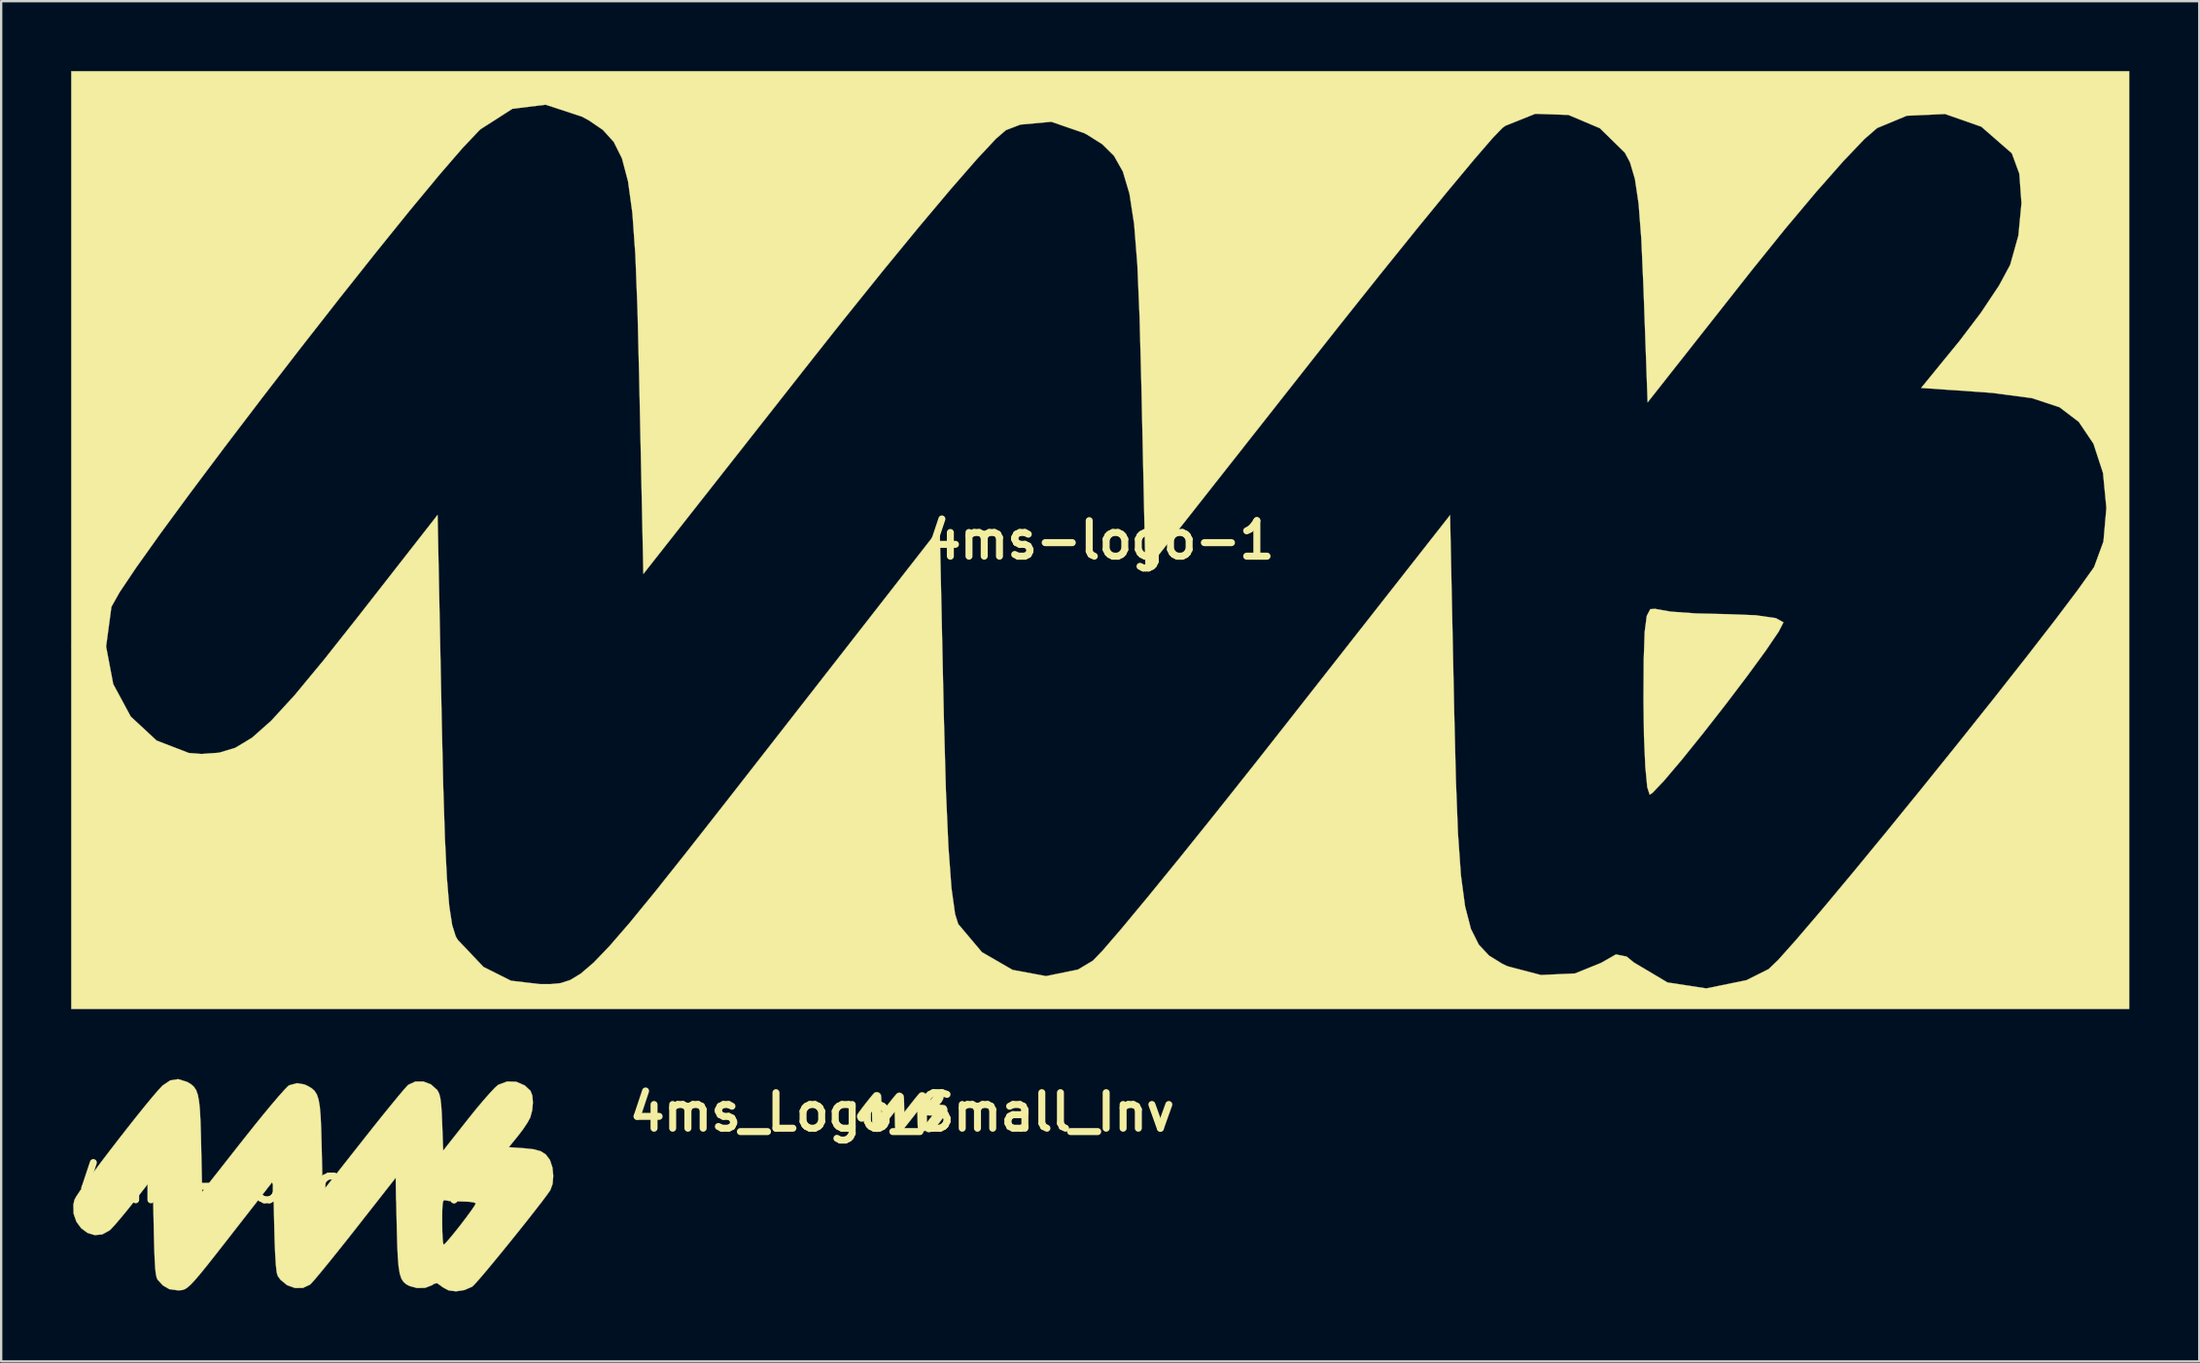
<source format=kicad_pcb>
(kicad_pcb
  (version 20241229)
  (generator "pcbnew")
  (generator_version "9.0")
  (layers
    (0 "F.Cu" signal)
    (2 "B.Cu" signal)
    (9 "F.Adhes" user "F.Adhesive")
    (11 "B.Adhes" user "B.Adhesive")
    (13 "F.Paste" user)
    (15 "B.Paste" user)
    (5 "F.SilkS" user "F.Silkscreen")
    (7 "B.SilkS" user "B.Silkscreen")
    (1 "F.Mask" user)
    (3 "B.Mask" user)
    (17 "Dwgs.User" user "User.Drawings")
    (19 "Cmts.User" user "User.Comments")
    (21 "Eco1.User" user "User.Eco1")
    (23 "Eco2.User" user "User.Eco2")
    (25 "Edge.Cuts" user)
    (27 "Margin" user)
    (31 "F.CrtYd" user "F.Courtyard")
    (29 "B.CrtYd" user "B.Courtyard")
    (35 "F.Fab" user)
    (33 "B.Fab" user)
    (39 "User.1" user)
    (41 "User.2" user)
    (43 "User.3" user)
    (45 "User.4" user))
  (footprint "4ms_Logo_Small_Inv"
    (layer "F.Cu")
    (at 35.612 44.645)
    (property "Reference" "4ms_Logo_Small_Inv" (at 0 0 0) (layer "F.SilkS") (effects (font (size 1.524 1.524) (thickness 0.3))))
    (attr through_hole)
    (fp_poly (pts (xy -0.998 -0.836) (xy -0.946 -0.794) (xy -0.921 -0.759) (xy -0.914 -0.742) (xy -0.907 -0.719) (xy -0.902 -0.687) (xy -0.898 -0.644) (xy -0.895 -0.584) (xy -0.893 -0.505) (xy -0.89 -0.403) (xy -0.889 -0.346) (xy -0.882 0.02) (xy -0.564 -0.384) (xy -0.49 -0.477) (xy -0.42 -0.565) (xy -0.357 -0.643) (xy -0.301 -0.709) (xy -0.257 -0.761) (xy -0.225 -0.795) (xy -0.209 -0.81) (xy -0.147 -0.832) (xy -0.082 -0.829) (xy -0.021 -0.804) (xy 0.031 -0.757) (xy 0.044 -0.738) (xy 0.055 -0.72) (xy 0.063 -0.701) (xy 0.069 -0.678) (xy 0.074 -0.647) (xy 0.077 -0.603) (xy 0.08 -0.544) (xy 0.082 -0.464) (xy 0.084 -0.361) (xy 0.085 -0.34) (xy 0.092 0.004) (xy 0.414 -0.406) (xy 0.51 -0.527) (xy 0.589 -0.626) (xy 0.654 -0.704) (xy 0.705 -0.763) (xy 0.743 -0.804) (xy 0.769 -0.828) (xy 0.78 -0.834) (xy 0.852 -0.851) (xy 0.919 -0.841) (xy 0.977 -0.804) (xy 1.023 -0.746) (xy 1.035 -0.721) (xy 1.044 -0.691) (xy 1.05 -0.649) (xy 1.053 -0.591) (xy 1.056 -0.512) (xy 1.061 -0.325) (xy 1.254 -0.568) (xy 1.316 -0.644) (xy 1.372 -0.711) (xy 1.42 -0.766) (xy 1.458 -0.805) (xy 1.483 -0.827) (xy 1.486 -0.829) (xy 1.524 -0.84) (xy 1.574 -0.846) (xy 1.597 -0.847) (xy 1.642 -0.844) (xy 1.673 -0.834) (xy 1.705 -0.81) (xy 1.723 -0.792) (xy 1.756 -0.756) (xy 1.772 -0.726) (xy 1.777 -0.689) (xy 1.778 -0.668) (xy 1.768 -0.593) (xy 1.737 -0.516) (xy 1.684 -0.433) (xy 1.657 -0.398) (xy 1.591 -0.318) (xy 1.702 -0.31) (xy 1.774 -0.303) (xy 1.825 -0.291) (xy 1.862 -0.271) (xy 1.891 -0.241) (xy 1.903 -0.222) (xy 1.935 -0.146) (xy 1.942 -0.067) (xy 1.93 -0.007) (xy 1.918 0.015) (xy 1.89 0.056) (xy 1.85 0.112) (xy 1.8 0.181) (xy 1.743 0.258) (xy 1.681 0.34) (xy 1.616 0.425) (xy 1.552 0.508) (xy 1.491 0.586) (xy 1.434 0.657) (xy 1.386 0.716) (xy 1.348 0.76) (xy 1.342 0.767) (xy 1.278 0.82) (xy 1.208 0.851) (xy 1.136 0.859) (xy 1.068 0.842) (xy 1.04 0.827) (xy 0.99 0.792) (xy 0.936 0.819) (xy 0.896 0.837) (xy 0.863 0.846) (xy 0.856 0.847) (xy 0.809 0.836) (xy 0.758 0.809) (xy 0.714 0.771) (xy 0.702 0.757) (xy 0.692 0.742) (xy 0.685 0.726) (xy 0.679 0.705) (xy 0.675 0.675) (xy 0.671 0.633) (xy 0.669 0.576) (xy 0.666 0.499) (xy 0.664 0.399) (xy 0.663 0.341) (xy 0.659 0.134) (xy 1.058 0.134) (xy 1.059 0.289) (xy 1.059 0.445) (xy 1.094 0.402) (xy 1.119 0.372) (xy 1.154 0.327) (xy 1.195 0.276) (xy 1.213 0.252) (xy 1.298 0.143) (xy 1.178 0.139) (xy 1.058 0.134) (xy 0.659 0.134) (xy 0.656 -0.03) (xy 0.333 0.381) (xy 0.258 0.476) (xy 0.188 0.564) (xy 0.124 0.643) (xy 0.068 0.71) (xy 0.024 0.763) (xy -0.008 0.799) (xy -0.025 0.815) (xy -0.025 0.815) (xy -0.071 0.832) (xy -0.129 0.836) (xy -0.185 0.828) (xy -0.217 0.814) (xy -0.242 0.796) (xy -0.262 0.779) (xy -0.276 0.757) (xy -0.288 0.728) (xy -0.296 0.688) (xy -0.301 0.634) (xy -0.305 0.562) (xy -0.308 0.468) (xy -0.31 0.35) (xy -0.31 0.35) (xy -0.318 -0.014) (xy -0.635 0.389) (xy -0.709 0.483) (xy -0.778 0.571) (xy -0.842 0.649) (xy -0.896 0.716) (xy -0.94 0.769) (xy -0.971 0.804) (xy -0.986 0.82) (xy -1.03 0.84) (xy -1.087 0.846) (xy -1.146 0.839) (xy -1.185 0.824) (xy -1.211 0.807) (xy -1.231 0.789) (xy -1.247 0.767) (xy -1.259 0.736) (xy -1.268 0.695) (xy -1.274 0.638) (xy -1.278 0.564) (xy -1.281 0.468) (xy -1.284 0.348) (xy -1.284 0.339) (xy -1.291 -0.034) (xy -1.445 0.161) (xy -1.498 0.226) (xy -1.548 0.286) (xy -1.592 0.335) (xy -1.626 0.369) (xy -1.642 0.382) (xy -1.704 0.406) (xy -1.765 0.405) (xy -1.821 0.383) (xy -1.869 0.343) (xy -1.905 0.289) (xy -1.926 0.225) (xy -1.927 0.153) (xy -1.921 0.119) (xy -1.908 0.094) (xy -1.881 0.052) (xy -1.84 -0.007) (xy -1.788 -0.078) (xy -1.728 -0.159) (xy -1.661 -0.247) (xy -1.591 -0.338) (xy -1.52 -0.429) (xy -1.449 -0.519) (xy -1.382 -0.602) (xy -1.321 -0.677) (xy -1.267 -0.741) (xy -1.224 -0.79) (xy -1.194 -0.821) (xy -1.185 -0.829) (xy -1.124 -0.855) (xy -1.06 -0.857) (xy -0.998 -0.836)) (stroke (width 0.01) (type solid)) (fill yes) (layer "F.SilkS")))
  (footprint "4ms-logo-1"
    (layer "F.Cu")
    (at 44.102 20.113)
    (property "Reference" "4ms-logo-1" (at 0 0 0) (layer "F.SilkS") (effects (font (size 1.524 1.524) (thickness 0.3))))
    (attr through_hole)
    (fp_poly (pts (xy 23.841 2.961) (xy 24.464 3.069) (xy 25.553 3.146) (xy 26.84 3.175) (xy 28.087 3.222) (xy 28.955 3.347) (xy 29.281 3.526) (xy 29.281 3.526) (xy 29.075 3.928) (xy 28.526 4.736) (xy 27.735 5.82) (xy 26.802 7.051) (xy 25.827 8.299) (xy 24.913 9.433) (xy 24.159 10.324) (xy 23.667 10.84) (xy 23.548 10.918) (xy 23.444 10.596) (xy 23.36 9.706) (xy 23.303 8.386) (xy 23.283 6.841) (xy 23.294 5.083) (xy 23.335 3.922) (xy 23.423 3.25) (xy 23.574 2.961) (xy 23.802 2.947) (xy 23.841 2.961)) (stroke (width 0.01) (type solid)) (fill yes) (layer "F.SilkS"))
    (fp_poly (pts (xy 44.097 20.108) (xy -44.097 20.108) (xy -44.097 4.565) (xy -42.605 4.565) (xy -42.3 6.174) (xy -41.551 7.564) (xy -40.442 8.596) (xy -39.061 9.129) (xy -38.515 9.172) (xy -37.764 9.118) (xy -37.068 8.908) (xy -36.349 8.474) (xy -35.527 7.744) (xy -34.524 6.65) (xy -33.26 5.122) (xy -31.74 3.199) (xy -28.399 -1.08) (xy -28.222 7.697) (xy -28.157 10.562) (xy -28.084 12.799) (xy -28 14.484) (xy -27.899 15.694) (xy -27.774 16.506) (xy -27.62 16.997) (xy -27.532 17.145) (xy -26.43 18.306) (xy -25.252 18.897) (xy -24.021 19.042) (xy -23.547 19.041) (xy -23.128 19) (xy -22.715 18.867) (xy -22.261 18.592) (xy -21.716 18.124) (xy -21.033 17.414) (xy -20.164 16.409) (xy -19.06 15.059) (xy -17.674 13.314) (xy -15.957 11.124) (xy -13.861 8.436) (xy -13.475 7.941) (xy -6.879 -0.521) (xy -6.702 7.589) (xy -6.615 10.712) (xy -6.507 13.149) (xy -6.376 14.918) (xy -6.221 16.037) (xy -6.086 16.465) (xy -5.07 17.672) (xy -3.754 18.433) (xy -2.321 18.698) (xy -0.95 18.418) (xy -0.312 18.034) (xy 0.104 17.602) (xy 0.894 16.684) (xy 2.001 15.351) (xy 3.367 13.675) (xy 4.932 11.726) (xy 6.639 9.576) (xy 7.761 8.15) (xy 14.993 -1.071) (xy 15.169 7.314) (xy 15.242 10.263) (xy 15.332 12.59) (xy 15.458 14.378) (xy 15.637 15.712) (xy 15.887 16.675) (xy 16.224 17.349) (xy 16.666 17.82) (xy 17.231 18.17) (xy 17.453 18.276) (xy 18.887 18.652) (xy 20.347 18.585) (xy 21.463 18.133) (xy 22.102 17.768) (xy 22.557 17.859) (xy 22.871 18.114) (xy 24.311 18.971) (xy 25.973 19.226) (xy 27.696 18.874) (xy 28.649 18.396) (xy 29.051 18.009) (xy 29.818 17.15) (xy 30.883 15.904) (xy 32.176 14.356) (xy 33.629 12.59) (xy 35.174 10.69) (xy 36.742 8.742) (xy 38.266 6.83) (xy 39.675 5.039) (xy 40.903 3.454) (xy 41.88 2.158) (xy 42.538 1.237) (xy 42.598 1.146) (xy 42.995 0.06) (xy 43.121 -1.38) (xy 42.977 -2.877) (xy 42.567 -4.135) (xy 41.938 -5.071) (xy 41.113 -5.698) (xy 39.934 -6.088) (xy 38.246 -6.312) (xy 37.787 -6.347) (xy 35.182 -6.526) (xy 36.834 -8.551) (xy 37.74 -9.745) (xy 38.52 -10.917) (xy 38.998 -11.803) (xy 39.35 -13.06) (xy 39.482 -14.45) (xy 39.391 -15.71) (xy 39.074 -16.576) (xy 39.059 -16.597) (xy 37.761 -17.73) (xy 36.209 -18.274) (xy 34.567 -18.2) (xy 33.297 -17.672) (xy 32.742 -17.191) (xy 31.844 -16.248) (xy 30.692 -14.942) (xy 29.371 -13.37) (xy 27.969 -11.631) (xy 27.829 -11.454) (xy 23.46 -5.907) (xy 23.283 -10.803) (xy 23.19 -12.907) (xy 23.073 -14.429) (xy 22.916 -15.488) (xy 22.703 -16.207) (xy 22.485 -16.614) (xy 21.412 -17.665) (xy 20.066 -18.235) (xy 18.648 -18.284) (xy 17.363 -17.77) (xy 17.238 -17.677) (xy 16.819 -17.244) (xy 16.026 -16.326) (xy 14.915 -14.993) (xy 13.547 -13.319) (xy 11.978 -11.372) (xy 10.269 -9.226) (xy 9.165 -7.827) (xy 1.94 1.354) (xy 1.764 -6.643) (xy 1.688 -9.536) (xy 1.592 -11.811) (xy 1.453 -13.555) (xy 1.253 -14.857) (xy 0.972 -15.803) (xy 0.59 -16.481) (xy 0.087 -16.979) (xy -0.557 -17.384) (xy -0.694 -17.457) (xy -2.096 -17.941) (xy -3.422 -17.82) (xy -4.041 -17.582) (xy -4.469 -17.213) (xy -5.271 -16.354) (xy -6.387 -15.074) (xy -7.761 -13.441) (xy -9.334 -11.524) (xy -11.049 -9.391) (xy -12.26 -7.861) (xy -19.579 1.451) (xy -19.758 -6.947) (xy -19.831 -9.901) (xy -19.922 -12.235) (xy -20.051 -14.034) (xy -20.236 -15.384) (xy -20.496 -16.37) (xy -20.849 -17.077) (xy -21.314 -17.591) (xy -21.91 -17.998) (xy -22.213 -18.162) (xy -23.769 -18.673) (xy -25.191 -18.498) (xy -26.548 -17.628) (xy -26.631 -17.551) (xy -27.321 -16.824) (xy -28.329 -15.657) (xy -29.592 -14.133) (xy -31.046 -12.331) (xy -32.629 -10.335) (xy -34.278 -8.226) (xy -35.929 -6.086) (xy -37.52 -3.995) (xy -38.988 -2.037) (xy -40.27 -0.292) (xy -41.302 1.158) (xy -42.023 2.23) (xy -42.368 2.844) (xy -42.379 2.876) (xy -42.605 4.565) (xy -44.097 4.565) (xy -44.097 -20.108) (xy 44.097 -20.108) (xy 44.097 20.108)) (stroke (width 0.01) (type solid)) (fill yes) (layer "F.SilkS")))
  (footprint "4ms-logo-inv-2"
    (layer "F.Cu")
    (at 10.312 47.715)
    (property "Reference" "4ms-logo-inv-2" (at 0 0 0) (layer "F.SilkS") (effects (font (size 1.524 1.524) (thickness 0.3))))
    (attr through_hole)
    (fp_poly (pts (xy -5.356 -4.371) (xy -5.331 -4.359) (xy -5.173 -4.266) (xy -5.049 -4.156) (xy -4.953 -4.009) (xy -4.881 -3.804) (xy -4.83 -3.521) (xy -4.793 -3.138) (xy -4.768 -2.636) (xy -4.749 -1.994) (xy -4.742 -1.667) (xy -4.699 0.348) (xy -2.942 -1.887) (xy -2.516 -2.424) (xy -2.114 -2.921) (xy -1.75 -3.361) (xy -1.439 -3.727) (xy -1.194 -4.003) (xy -1.029 -4.173) (xy -0.97 -4.22) (xy -0.639 -4.311) (xy -0.319 -4.258) (xy -0.167 -4.19) (xy -0.005 -4.094) (xy 0.122 -3.98) (xy 0.218 -3.827) (xy 0.29 -3.614) (xy 0.341 -3.319) (xy 0.377 -2.922) (xy 0.401 -2.401) (xy 0.42 -1.736) (xy 0.423 -1.594) (xy 0.466 0.325) (xy 2.2 -1.879) (xy 2.624 -2.415) (xy 3.023 -2.914) (xy 3.383 -3.358) (xy 3.689 -3.731) (xy 3.928 -4.015) (xy 4.086 -4.193) (xy 4.137 -4.242) (xy 4.439 -4.381) (xy 4.778 -4.384) (xy 5.106 -4.26) (xy 5.373 -4.021) (xy 5.396 -3.987) (xy 5.461 -3.859) (xy 5.509 -3.671) (xy 5.544 -3.396) (xy 5.571 -3.003) (xy 5.588 -2.593) (xy 5.63 -1.418) (xy 6.679 -2.749) (xy 7.016 -3.169) (xy 7.336 -3.551) (xy 7.618 -3.872) (xy 7.84 -4.108) (xy 7.982 -4.235) (xy 7.991 -4.241) (xy 8.374 -4.384) (xy 8.767 -4.372) (xy 9.13 -4.212) (xy 9.374 -3.983) (xy 9.452 -3.78) (xy 9.476 -3.48) (xy 9.446 -3.146) (xy 9.364 -2.842) (xy 9.36 -2.833) (xy 9.243 -2.617) (xy 9.055 -2.335) (xy 8.84 -2.052) (xy 8.444 -1.566) (xy 9.069 -1.523) (xy 9.506 -1.476) (xy 9.813 -1.393) (xy 10.027 -1.256) (xy 10.185 -1.049) (xy 10.216 -0.992) (xy 10.315 -0.69) (xy 10.349 -0.331) (xy 10.319 0.015) (xy 10.224 0.275) (xy 10.077 0.483) (xy 9.852 0.783) (xy 9.564 1.155) (xy 9.231 1.58) (xy 8.868 2.036) (xy 8.492 2.503) (xy 8.12 2.962) (xy 7.767 3.391) (xy 7.451 3.771) (xy 7.187 4.081) (xy 6.992 4.301) (xy 6.883 4.41) (xy 6.876 4.415) (xy 6.544 4.559) (xy 6.184 4.616) (xy 5.87 4.575) (xy 5.844 4.565) (xy 5.623 4.446) (xy 5.489 4.347) (xy 5.367 4.264) (xy 5.249 4.288) (xy 5.151 4.352) (xy 4.861 4.465) (xy 4.509 4.474) (xy 4.189 4.386) (xy 4.042 4.307) (xy 3.927 4.206) (xy 3.838 4.063) (xy 3.771 3.858) (xy 3.723 3.57) (xy 3.689 3.18) (xy 3.665 2.668) (xy 3.646 2.013) (xy 3.641 1.755) (xy 3.638 1.642) (xy 5.588 1.642) (xy 5.593 2.027) (xy 5.607 2.34) (xy 5.628 2.549) (xy 5.652 2.62) (xy 5.725 2.556) (xy 5.879 2.382) (xy 6.092 2.125) (xy 6.343 1.81) (xy 6.371 1.773) (xy 6.62 1.447) (xy 6.826 1.165) (xy 6.968 0.957) (xy 7.027 0.85) (xy 7.027 0.846) (xy 6.949 0.803) (xy 6.741 0.773) (xy 6.442 0.762) (xy 6.442 0.762) (xy 6.126 0.755) (xy 5.866 0.736) (xy 5.722 0.711) (xy 5.664 0.707) (xy 5.626 0.765) (xy 5.603 0.912) (xy 5.591 1.172) (xy 5.588 1.572) (xy 5.588 1.642) (xy 3.638 1.642) (xy 3.598 -0.257) (xy 1.863 1.956) (xy 1.439 2.494) (xy 1.04 2.994) (xy 0.68 3.439) (xy 0.374 3.813) (xy 0.135 4.098) (xy -0.023 4.277) (xy -0.075 4.328) (xy -0.379 4.469) (xy -0.72 4.473) (xy -1.056 4.352) (xy -1.343 4.117) (xy -1.461 3.952) (xy -1.503 3.798) (xy -1.538 3.492) (xy -1.568 3.029) (xy -1.593 2.405) (xy -1.608 1.821) (xy -1.651 -0.125) (xy -3.234 1.906) (xy -3.753 2.572) (xy -4.179 3.116) (xy -4.524 3.552) (xy -4.8 3.891) (xy -5.017 4.145) (xy -5.187 4.326) (xy -5.323 4.447) (xy -5.435 4.52) (xy -5.535 4.557) (xy -5.634 4.569) (xy -5.745 4.57) (xy -5.765 4.57) (xy -6.105 4.522) (xy -6.382 4.361) (xy -6.608 4.115) (xy -6.648 4.028) (xy -6.682 3.874) (xy -6.709 3.633) (xy -6.731 3.287) (xy -6.749 2.818) (xy -6.766 2.207) (xy -6.773 1.847) (xy -6.816 -0.259) (xy -7.618 0.768) (xy -7.916 1.143) (xy -8.198 1.485) (xy -8.439 1.765) (xy -8.613 1.953) (xy -8.661 1.998) (xy -8.977 2.174) (xy -9.302 2.204) (xy -9.611 2.109) (xy -9.881 1.911) (xy -10.088 1.629) (xy -10.208 1.284) (xy -10.217 0.898) (xy -10.171 0.69) (xy -10.098 0.555) (xy -9.933 0.307) (xy -9.692 -0.033) (xy -9.389 -0.446) (xy -9.041 -0.912) (xy -8.661 -1.411) (xy -8.265 -1.925) (xy -7.869 -2.432) (xy -7.487 -2.915) (xy -7.134 -3.353) (xy -6.826 -3.726) (xy -6.577 -4.015) (xy -6.404 -4.2) (xy -6.391 -4.212) (xy -6.066 -4.431) (xy -5.726 -4.484) (xy -5.356 -4.371)) (stroke (width 0.01) (type solid)) (fill yes) (layer "F.SilkS")))
  (gr_rect
    (start -3 -3)
    (end 91.204 55.336)
    (stroke (width 0.1) (type default))
    (fill no)
    (layer "Edge.Cuts")))
</source>
